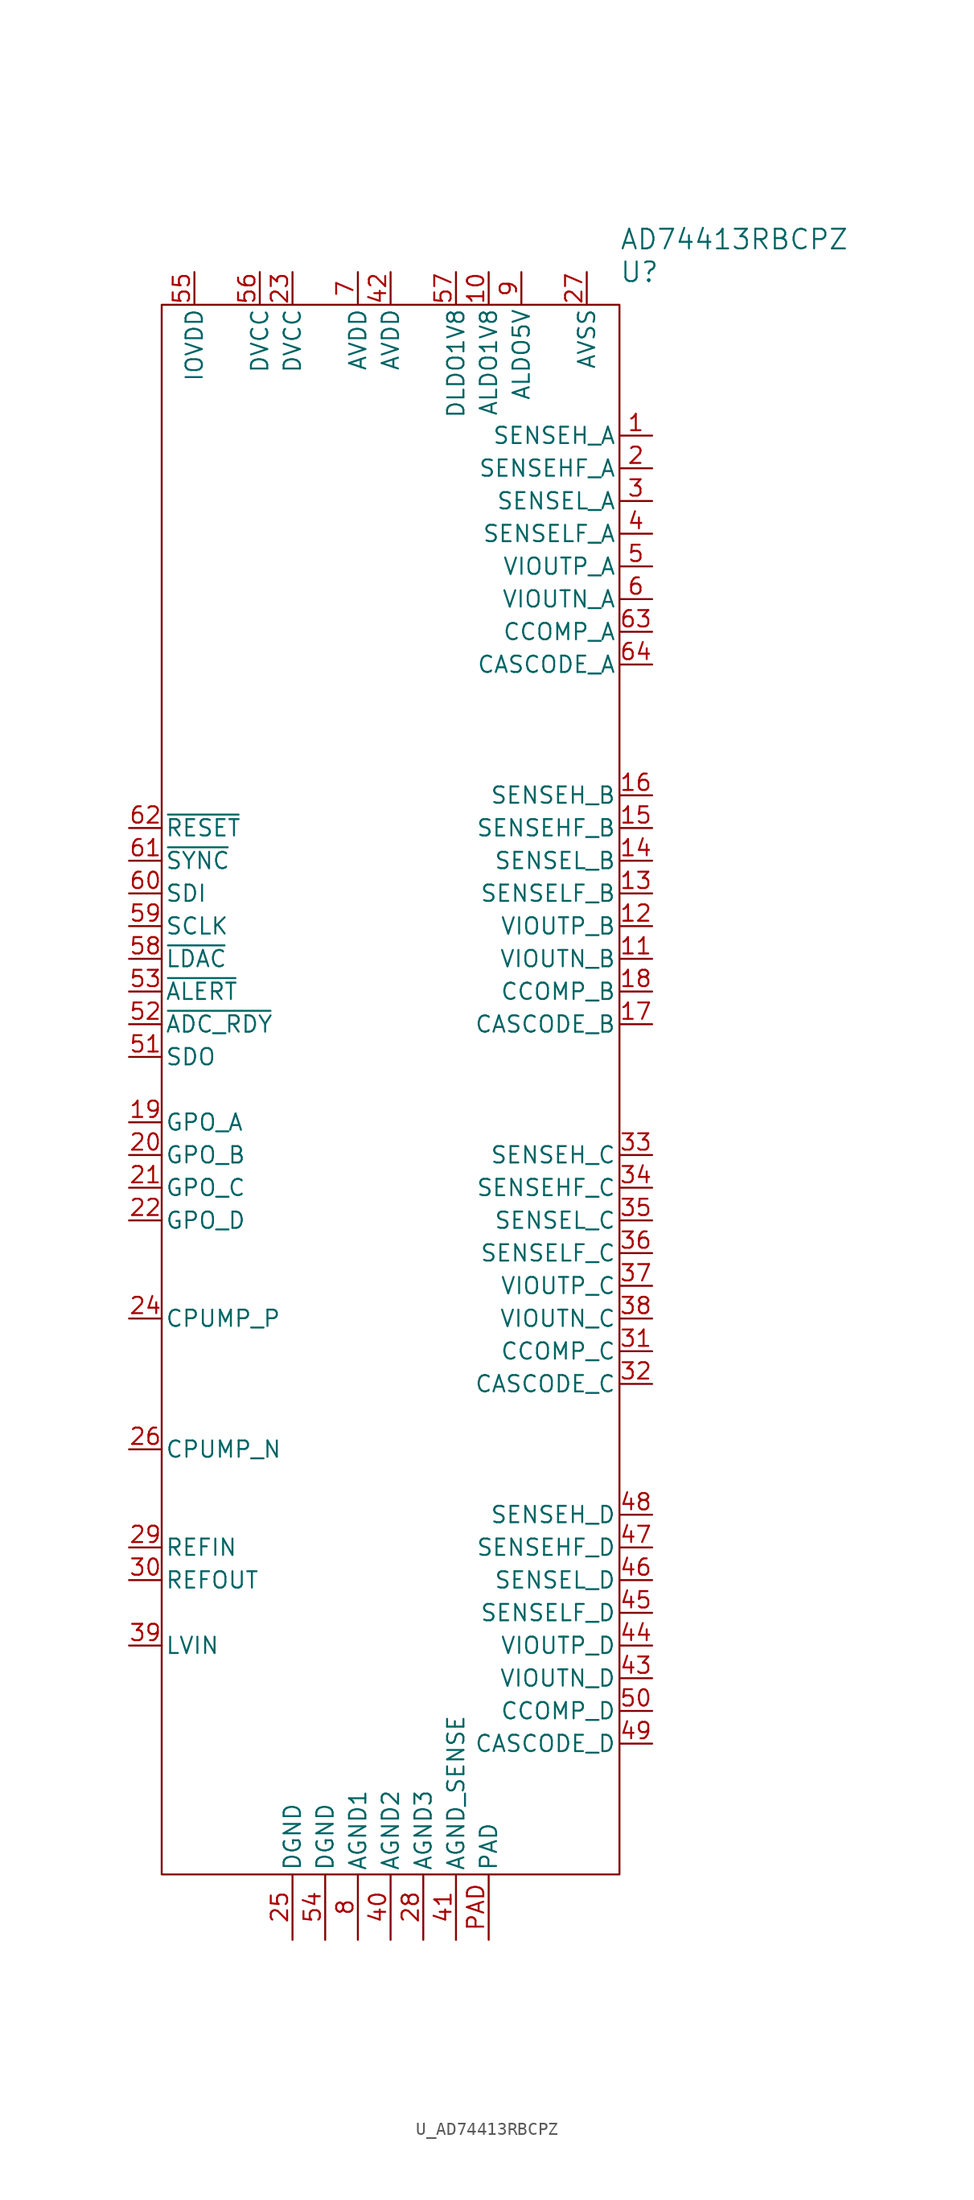
<source format=kicad_sym>
(kicad_symbol_lib
  (version 20241209)
  (generator "kicad_symbol_editor")
  (generator_version "9.0")
  (symbol "U_AD74413RBCPZ"
    (pin_names
      (offset 0.254))
    (property "Reference" "U"
      (at 17.78 63.5 0)
      (effects (font (size 1.524 1.524)) (justify left)))
    (property "Value" "AD74413RBCPZ"
      (at 17.78 66.04 0)
      (effects (font (size 1.524 1.524)) (justify left)))
    (symbol "U_AD74413RBCPZ_0_1"
      (pin input line (at -20.32 15.24 0) (length 2.54) (name "SDI" (effects (font (size 1.27 1.27)))) (number "60" (effects (font (size 1.27 1.27)))))
      (pin output line (at -20.32 2.54 0) (length 2.54) (name "SDO" (effects (font (size 1.27 1.27)))) (number "51" (effects (font (size 1.27 1.27)))))
      (pin output line (at -20.32 -2.54 0) (length 2.54) (name "GPO_A" (effects (font (size 1.27 1.27)))) (number "19" (effects (font (size 1.27 1.27)))))
      (pin output line (at -20.32 -5.08 0) (length 2.54) (name "GPO_B" (effects (font (size 1.27 1.27)))) (number "20" (effects (font (size 1.27 1.27)))))
      (pin output line (at -20.32 -7.62 0) (length 2.54) (name "GPO_C" (effects (font (size 1.27 1.27)))) (number "21" (effects (font (size 1.27 1.27)))))
      (pin output line (at -20.32 -10.16 0) (length 2.54) (name "GPO_D" (effects (font (size 1.27 1.27)))) (number "22" (effects (font (size 1.27 1.27)))))
      (pin input line (at -20.32 -35.56 0) (length 2.54) (name "REFIN" (effects (font (size 1.27 1.27)))) (number "29" (effects (font (size 1.27 1.27)))))
      (pin output line (at -20.32 -38.1 0) (length 2.54) (name "REFOUT" (effects (font (size 1.27 1.27)))) (number "30" (effects (font (size 1.27 1.27)))))
      (pin input line (at -20.32 -43.18 0) (length 2.54) (name "LVIN" (effects (font (size 1.27 1.27)))) (number "39" (effects (font (size 1.27 1.27)))))
      (pin power_in line (at -15.24 63.5 270) (length 2.54) (name "IOVDD" (effects (font (size 1.27 1.27)))) (number "55" (effects (font (size 1.27 1.27)))))
      (pin power_in line (at -10.16 63.5 270) (length 2.54) (name "DVCC" (effects (font (size 1.27 1.27)))) (number "56" (effects (font (size 1.27 1.27)))))
      (pin power_in line (at -7.62 63.5 270) (length 2.54) (name "DVCC" (effects (font (size 1.27 1.27)))) (number "23" (effects (font (size 1.27 1.27)))))
      (pin power_in line (at -2.54 63.5 270) (length 2.54) (name "AVDD" (effects (font (size 1.27 1.27)))) (number "7" (effects (font (size 1.27 1.27)))))
      (pin power_in line (at 0 63.5 270) (length 2.54) (name "AVDD" (effects (font (size 1.27 1.27)))) (number "42" (effects (font (size 1.27 1.27)))))
      (pin output line (at 5.08 63.5 270) (length 2.54) (name "DLDO1V8" (effects (font (size 1.27 1.27)))) (number "57" (effects (font (size 1.27 1.27)))))
      (pin output line (at 7.62 63.5 270) (length 2.54) (name "ALDO1V8" (effects (font (size 1.27 1.27)))) (number "10" (effects (font (size 1.27 1.27)))))
      (pin output line (at 10.16 63.5 270) (length 2.54) (name "ALDO5V" (effects (font (size 1.27 1.27)))) (number "9" (effects (font (size 1.27 1.27)))))
      (pin power_out line (at 15.24 63.5 270) (length 2.54) (name "AVSS" (effects (font (size 1.27 1.27)))) (number "27" (effects (font (size 1.27 1.27)))))
      (pin output line (at 20.32 40.64 180) (length 2.54) (name "VIOUTP_A" (effects (font (size 1.27 1.27)))) (number "5" (effects (font (size 1.27 1.27)))))
      (pin output line (at 20.32 38.1 180) (length 2.54) (name "VIOUTN_A" (effects (font (size 1.27 1.27)))) (number "6" (effects (font (size 1.27 1.27)))))
      (pin output line (at 20.32 12.7 180) (length 2.54) (name "VIOUTP_B" (effects (font (size 1.27 1.27)))) (number "12" (effects (font (size 1.27 1.27)))))
      (pin output line (at 20.32 10.16 180) (length 2.54) (name "VIOUTN_B" (effects (font (size 1.27 1.27)))) (number "11" (effects (font (size 1.27 1.27)))))
      (pin output line (at 20.32 -15.24 180) (length 2.54) (name "VIOUTP_C" (effects (font (size 1.27 1.27)))) (number "37" (effects (font (size 1.27 1.27)))))
      (pin output line (at 20.32 -17.78 180) (length 2.54) (name "VIOUTN_C" (effects (font (size 1.27 1.27)))) (number "38" (effects (font (size 1.27 1.27)))))
      (pin output line (at 20.32 -43.18 180) (length 2.54) (name "VIOUTP_D" (effects (font (size 1.27 1.27)))) (number "44" (effects (font (size 1.27 1.27)))))
      (pin output line (at 20.32 -45.72 180) (length 2.54) (name "VIOUTN_D" (effects (font (size 1.27 1.27)))) (number "43" (effects (font (size 1.27 1.27))))))
    (symbol "U_AD74413RBCPZ_1_1"
      (rectangle (start -17.78 60.96) (end 17.78 -60.96) (stroke (width 0) (type default)) (fill (type none)))
      (pin input line (at -20.32 20.32 0) (length 2.54) (name "~{RESET}" (effects (font (size 1.27 1.27)))) (number "62" (effects (font (size 1.27 1.27)))))
      (pin input line (at -20.32 17.78 0) (length 2.54) (name "~{SYNC}" (effects (font (size 1.27 1.27)))) (number "61" (effects (font (size 1.27 1.27)))))
      (pin input line (at -20.32 12.7 0) (length 2.54) (name "SCLK" (effects (font (size 1.27 1.27)))) (number "59" (effects (font (size 1.27 1.27)))))
      (pin input line (at -20.32 10.16 0) (length 2.54) (name "~{LDAC}" (effects (font (size 1.27 1.27)))) (number "58" (effects (font (size 1.27 1.27)))))
      (pin output line (at -20.32 7.62 0) (length 2.54) (name "~{ALERT}" (effects (font (size 1.27 1.27)))) (number "53" (effects (font (size 1.27 1.27)))))
      (pin output line (at -20.32 5.08 0) (length 2.54) (name "~{ADC_RDY}" (effects (font (size 1.27 1.27)))) (number "52" (effects (font (size 1.27 1.27)))))
      (pin passive line (at -20.32 -17.78 0) (length 2.54) (name "CPUMP_P" (effects (font (size 1.27 1.27)))) (number "24" (effects (font (size 1.27 1.27)))))
      (pin passive line (at -20.32 -27.94 0) (length 2.54) (name "CPUMP_N" (effects (font (size 1.27 1.27)))) (number "26" (effects (font (size 1.27 1.27)))))
      (pin power_in line (at -7.62 -66.04 90) (length 5.08) (name "DGND" (effects (font (size 1.27 1.27)))) (number "25" (effects (font (size 1.27 1.27)))))
      (pin power_in line (at -5.08 -66.04 90) (length 5.08) (name "DGND" (effects (font (size 1.27 1.27)))) (number "54" (effects (font (size 1.27 1.27)))))
      (pin power_in line (at -2.54 -66.04 90) (length 5.08) (name "AGND1" (effects (font (size 1.27 1.27)))) (number "8" (effects (font (size 1.27 1.27)))))
      (pin power_in line (at 0 -66.04 90) (length 5.08) (name "AGND2" (effects (font (size 1.27 1.27)))) (number "40" (effects (font (size 1.27 1.27)))))
      (pin power_in line (at 2.54 -66.04 90) (length 5.08) (name "AGND3" (effects (font (size 1.27 1.27)))) (number "28" (effects (font (size 1.27 1.27)))))
      (pin power_in line (at 5.08 -66.04 90) (length 5.08) (name "AGND_SENSE" (effects (font (size 1.27 1.27)))) (number "41" (effects (font (size 1.27 1.27)))))
      (pin power_in line (at 7.62 -66.04 90) (length 5.08) (name "PAD" (effects (font (size 1.27 1.27)))) (number "PAD" (effects (font (size 1.27 1.27)))))
      (pin input line (at 20.32 50.8 180) (length 2.54) (name "SENSEH_A" (effects (font (size 1.27 1.27)))) (number "1" (effects (font (size 1.27 1.27)))))
      (pin input line (at 20.32 48.26 180) (length 2.54) (name "SENSEHF_A" (effects (font (size 1.27 1.27)))) (number "2" (effects (font (size 1.27 1.27)))))
      (pin input line (at 20.32 45.72 180) (length 2.54) (name "SENSEL_A" (effects (font (size 1.27 1.27)))) (number "3" (effects (font (size 1.27 1.27)))))
      (pin input line (at 20.32 43.18 180) (length 2.54) (name "SENSELF_A" (effects (font (size 1.27 1.27)))) (number "4" (effects (font (size 1.27 1.27)))))
      (pin input line (at 20.32 35.56 180) (length 2.54) (name "CCOMP_A" (effects (font (size 1.27 1.27)))) (number "63" (effects (font (size 1.27 1.27)))))
      (pin output line (at 20.32 33.02 180) (length 2.54) (name "CASCODE_A" (effects (font (size 1.27 1.27)))) (number "64" (effects (font (size 1.27 1.27)))))
      (pin input line (at 20.32 22.86 180) (length 2.54) (name "SENSEH_B" (effects (font (size 1.27 1.27)))) (number "16" (effects (font (size 1.27 1.27)))))
      (pin input line (at 20.32 20.32 180) (length 2.54) (name "SENSEHF_B" (effects (font (size 1.27 1.27)))) (number "15" (effects (font (size 1.27 1.27)))))
      (pin input line (at 20.32 17.78 180) (length 2.54) (name "SENSEL_B" (effects (font (size 1.27 1.27)))) (number "14" (effects (font (size 1.27 1.27)))))
      (pin input line (at 20.32 15.24 180) (length 2.54) (name "SENSELF_B" (effects (font (size 1.27 1.27)))) (number "13" (effects (font (size 1.27 1.27)))))
      (pin input line (at 20.32 7.62 180) (length 2.54) (name "CCOMP_B" (effects (font (size 1.27 1.27)))) (number "18" (effects (font (size 1.27 1.27)))))
      (pin output line (at 20.32 5.08 180) (length 2.54) (name "CASCODE_B" (effects (font (size 1.27 1.27)))) (number "17" (effects (font (size 1.27 1.27)))))
      (pin input line (at 20.32 -5.08 180) (length 2.54) (name "SENSEH_C" (effects (font (size 1.27 1.27)))) (number "33" (effects (font (size 1.27 1.27)))))
      (pin input line (at 20.32 -7.62 180) (length 2.54) (name "SENSEHF_C" (effects (font (size 1.27 1.27)))) (number "34" (effects (font (size 1.27 1.27)))))
      (pin input line (at 20.32 -10.16 180) (length 2.54) (name "SENSEL_C" (effects (font (size 1.27 1.27)))) (number "35" (effects (font (size 1.27 1.27)))))
      (pin input line (at 20.32 -12.7 180) (length 2.54) (name "SENSELF_C" (effects (font (size 1.27 1.27)))) (number "36" (effects (font (size 1.27 1.27)))))
      (pin input line (at 20.32 -20.32 180) (length 2.54) (name "CCOMP_C" (effects (font (size 1.27 1.27)))) (number "31" (effects (font (size 1.27 1.27)))))
      (pin output line (at 20.32 -22.86 180) (length 2.54) (name "CASCODE_C" (effects (font (size 1.27 1.27)))) (number "32" (effects (font (size 1.27 1.27)))))
      (pin input line (at 20.32 -33.02 180) (length 2.54) (name "SENSEH_D" (effects (font (size 1.27 1.27)))) (number "48" (effects (font (size 1.27 1.27)))))
      (pin input line (at 20.32 -35.56 180) (length 2.54) (name "SENSEHF_D" (effects (font (size 1.27 1.27)))) (number "47" (effects (font (size 1.27 1.27)))))
      (pin input line (at 20.32 -38.1 180) (length 2.54) (name "SENSEL_D" (effects (font (size 1.27 1.27)))) (number "46" (effects (font (size 1.27 1.27)))))
      (pin input line (at 20.32 -40.64 180) (length 2.54) (name "SENSELF_D" (effects (font (size 1.27 1.27)))) (number "45" (effects (font (size 1.27 1.27)))))
      (pin input line (at 20.32 -48.26 180) (length 2.54) (name "CCOMP_D" (effects (font (size 1.27 1.27)))) (number "50" (effects (font (size 1.27 1.27)))))
      (pin output line (at 20.32 -50.8 180) (length 2.54) (name "CASCODE_D" (effects (font (size 1.27 1.27)))) (number "49" (effects (font (size 1.27 1.27))))))))
</source>
